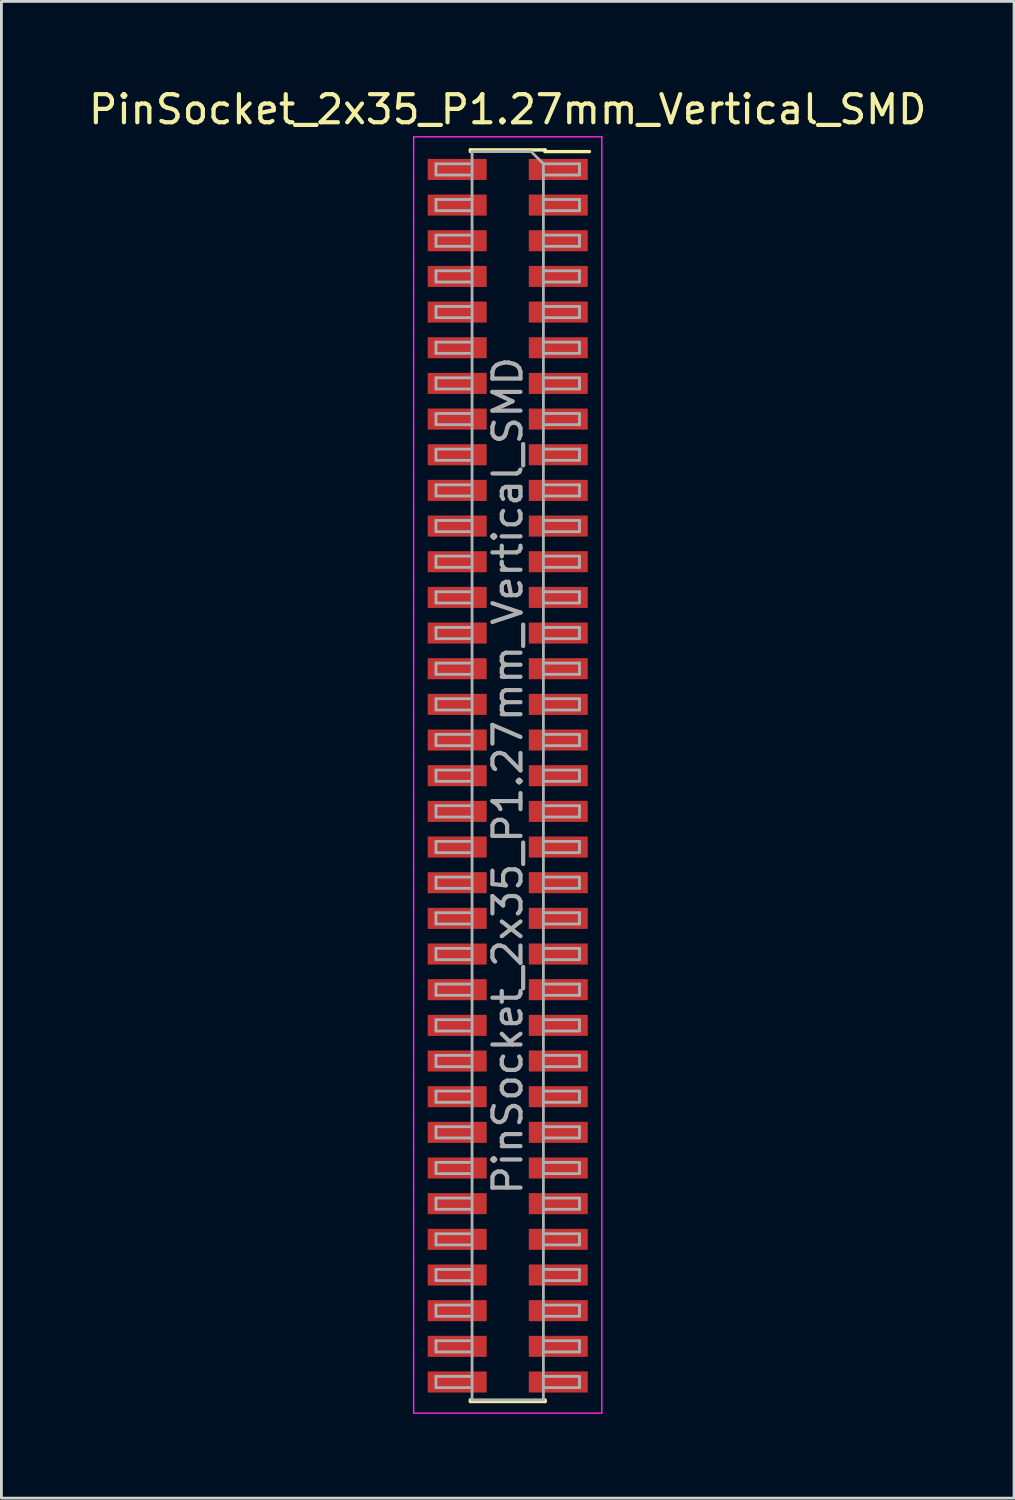
<source format=kicad_pcb>
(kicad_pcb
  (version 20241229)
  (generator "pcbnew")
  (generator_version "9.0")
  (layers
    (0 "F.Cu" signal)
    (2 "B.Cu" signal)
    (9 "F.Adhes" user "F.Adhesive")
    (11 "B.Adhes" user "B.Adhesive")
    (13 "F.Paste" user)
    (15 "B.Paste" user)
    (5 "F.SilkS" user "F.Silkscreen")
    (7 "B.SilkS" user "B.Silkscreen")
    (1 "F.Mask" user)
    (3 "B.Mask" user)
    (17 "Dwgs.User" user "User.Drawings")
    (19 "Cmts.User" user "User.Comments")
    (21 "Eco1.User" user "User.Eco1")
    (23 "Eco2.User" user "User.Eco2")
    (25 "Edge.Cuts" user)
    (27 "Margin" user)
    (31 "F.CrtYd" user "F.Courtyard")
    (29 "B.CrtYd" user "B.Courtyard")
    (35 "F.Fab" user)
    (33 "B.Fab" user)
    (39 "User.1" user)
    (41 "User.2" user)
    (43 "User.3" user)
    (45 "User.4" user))
  (footprint "PinSocket_2x35_P1.27mm_Vertical_SMD"
    (layer "F.Cu")
    (at 15.03 24.573)
    (property "Reference" "PinSocket_2x35_P1.27mm_Vertical_SMD" (at 0 -23.725 0) (layer "F.SilkS") (effects (font (size 1 1) (thickness 0.15))))
    (attr smd)
    (fp_line (start -1.33 -22.285) (end 1.33 -22.285) (stroke (width 0.12) (type solid)) (layer "F.SilkS"))
    (fp_line (start -1.33 -22.225) (end -1.33 -22.285) (stroke (width 0.12) (type solid)) (layer "F.SilkS"))
    (fp_line (start -1.33 22.285) (end -1.33 22.225) (stroke (width 0.12) (type solid)) (layer "F.SilkS"))
    (fp_line (start 1.33 -22.285) (end 1.33 -22.225) (stroke (width 0.12) (type solid)) (layer "F.SilkS"))
    (fp_line (start 1.33 -22.225) (end 2.91 -22.225) (stroke (width 0.12) (type solid)) (layer "F.SilkS"))
    (fp_line (start 1.33 22.225) (end 1.33 22.285) (stroke (width 0.12) (type solid)) (layer "F.SilkS"))
    (fp_line (start 1.33 22.285) (end -1.33 22.285) (stroke (width 0.12) (type solid)) (layer "F.SilkS"))
    (fp_line (start -3.35 -22.75) (end 3.35 -22.75) (stroke (width 0.05) (type solid)) (layer "F.CrtYd"))
    (fp_line (start -3.35 22.7) (end -3.35 -22.75) (stroke (width 0.05) (type solid)) (layer "F.CrtYd"))
    (fp_line (start 3.35 -22.75) (end 3.35 22.7) (stroke (width 0.05) (type solid)) (layer "F.CrtYd"))
    (fp_line (start 3.35 22.7) (end -3.35 22.7) (stroke (width 0.05) (type solid)) (layer "F.CrtYd"))
    (fp_line (start -2.555 -21.79) (end -1.27 -21.79) (stroke (width 0.1) (type solid)) (layer "F.Fab"))
    (fp_line (start -2.555 -21.39) (end -2.555 -21.79) (stroke (width 0.1) (type solid)) (layer "F.Fab"))
    (fp_line (start -2.555 -20.52) (end -1.27 -20.52) (stroke (width 0.1) (type solid)) (layer "F.Fab"))
    (fp_line (start -2.555 -20.12) (end -2.555 -20.52) (stroke (width 0.1) (type solid)) (layer "F.Fab"))
    (fp_line (start -2.555 -19.25) (end -1.27 -19.25) (stroke (width 0.1) (type solid)) (layer "F.Fab"))
    (fp_line (start -2.555 -18.85) (end -2.555 -19.25) (stroke (width 0.1) (type solid)) (layer "F.Fab"))
    (fp_line (start -2.555 -17.98) (end -1.27 -17.98) (stroke (width 0.1) (type solid)) (layer "F.Fab"))
    (fp_line (start -2.555 -17.58) (end -2.555 -17.98) (stroke (width 0.1) (type solid)) (layer "F.Fab"))
    (fp_line (start -2.555 -16.71) (end -1.27 -16.71) (stroke (width 0.1) (type solid)) (layer "F.Fab"))
    (fp_line (start -2.555 -16.31) (end -2.555 -16.71) (stroke (width 0.1) (type solid)) (layer "F.Fab"))
    (fp_line (start -2.555 -15.44) (end -1.27 -15.44) (stroke (width 0.1) (type solid)) (layer "F.Fab"))
    (fp_line (start -2.555 -15.04) (end -2.555 -15.44) (stroke (width 0.1) (type solid)) (layer "F.Fab"))
    (fp_line (start -2.555 -14.17) (end -1.27 -14.17) (stroke (width 0.1) (type solid)) (layer "F.Fab"))
    (fp_line (start -2.555 -13.77) (end -2.555 -14.17) (stroke (width 0.1) (type solid)) (layer "F.Fab"))
    (fp_line (start -2.555 -12.9) (end -1.27 -12.9) (stroke (width 0.1) (type solid)) (layer "F.Fab"))
    (fp_line (start -2.555 -12.5) (end -2.555 -12.9) (stroke (width 0.1) (type solid)) (layer "F.Fab"))
    (fp_line (start -2.555 -11.63) (end -1.27 -11.63) (stroke (width 0.1) (type solid)) (layer "F.Fab"))
    (fp_line (start -2.555 -11.23) (end -2.555 -11.63) (stroke (width 0.1) (type solid)) (layer "F.Fab"))
    (fp_line (start -2.555 -10.36) (end -1.27 -10.36) (stroke (width 0.1) (type solid)) (layer "F.Fab"))
    (fp_line (start -2.555 -9.96) (end -2.555 -10.36) (stroke (width 0.1) (type solid)) (layer "F.Fab"))
    (fp_line (start -2.555 -9.09) (end -1.27 -9.09) (stroke (width 0.1) (type solid)) (layer "F.Fab"))
    (fp_line (start -2.555 -8.69) (end -2.555 -9.09) (stroke (width 0.1) (type solid)) (layer "F.Fab"))
    (fp_line (start -2.555 -7.82) (end -1.27 -7.82) (stroke (width 0.1) (type solid)) (layer "F.Fab"))
    (fp_line (start -2.555 -7.42) (end -2.555 -7.82) (stroke (width 0.1) (type solid)) (layer "F.Fab"))
    (fp_line (start -2.555 -6.55) (end -1.27 -6.55) (stroke (width 0.1) (type solid)) (layer "F.Fab"))
    (fp_line (start -2.555 -6.15) (end -2.555 -6.55) (stroke (width 0.1) (type solid)) (layer "F.Fab"))
    (fp_line (start -2.555 -5.28) (end -1.27 -5.28) (stroke (width 0.1) (type solid)) (layer "F.Fab"))
    (fp_line (start -2.555 -4.88) (end -2.555 -5.28) (stroke (width 0.1) (type solid)) (layer "F.Fab"))
    (fp_line (start -2.555 -4.01) (end -1.27 -4.01) (stroke (width 0.1) (type solid)) (layer "F.Fab"))
    (fp_line (start -2.555 -3.61) (end -2.555 -4.01) (stroke (width 0.1) (type solid)) (layer "F.Fab"))
    (fp_line (start -2.555 -2.74) (end -1.27 -2.74) (stroke (width 0.1) (type solid)) (layer "F.Fab"))
    (fp_line (start -2.555 -2.34) (end -2.555 -2.74) (stroke (width 0.1) (type solid)) (layer "F.Fab"))
    (fp_line (start -2.555 -1.47) (end -1.27 -1.47) (stroke (width 0.1) (type solid)) (layer "F.Fab"))
    (fp_line (start -2.555 -1.07) (end -2.555 -1.47) (stroke (width 0.1) (type solid)) (layer "F.Fab"))
    (fp_line (start -2.555 -0.2) (end -1.27 -0.2) (stroke (width 0.1) (type solid)) (layer "F.Fab"))
    (fp_line (start -2.555 0.2) (end -2.555 -0.2) (stroke (width 0.1) (type solid)) (layer "F.Fab"))
    (fp_line (start -2.555 1.07) (end -1.27 1.07) (stroke (width 0.1) (type solid)) (layer "F.Fab"))
    (fp_line (start -2.555 1.47) (end -2.555 1.07) (stroke (width 0.1) (type solid)) (layer "F.Fab"))
    (fp_line (start -2.555 2.34) (end -1.27 2.34) (stroke (width 0.1) (type solid)) (layer "F.Fab"))
    (fp_line (start -2.555 2.74) (end -2.555 2.34) (stroke (width 0.1) (type solid)) (layer "F.Fab"))
    (fp_line (start -2.555 3.61) (end -1.27 3.61) (stroke (width 0.1) (type solid)) (layer "F.Fab"))
    (fp_line (start -2.555 4.01) (end -2.555 3.61) (stroke (width 0.1) (type solid)) (layer "F.Fab"))
    (fp_line (start -2.555 4.88) (end -1.27 4.88) (stroke (width 0.1) (type solid)) (layer "F.Fab"))
    (fp_line (start -2.555 5.28) (end -2.555 4.88) (stroke (width 0.1) (type solid)) (layer "F.Fab"))
    (fp_line (start -2.555 6.15) (end -1.27 6.15) (stroke (width 0.1) (type solid)) (layer "F.Fab"))
    (fp_line (start -2.555 6.55) (end -2.555 6.15) (stroke (width 0.1) (type solid)) (layer "F.Fab"))
    (fp_line (start -2.555 7.42) (end -1.27 7.42) (stroke (width 0.1) (type solid)) (layer "F.Fab"))
    (fp_line (start -2.555 7.82) (end -2.555 7.42) (stroke (width 0.1) (type solid)) (layer "F.Fab"))
    (fp_line (start -2.555 8.69) (end -1.27 8.69) (stroke (width 0.1) (type solid)) (layer "F.Fab"))
    (fp_line (start -2.555 9.09) (end -2.555 8.69) (stroke (width 0.1) (type solid)) (layer "F.Fab"))
    (fp_line (start -2.555 9.96) (end -1.27 9.96) (stroke (width 0.1) (type solid)) (layer "F.Fab"))
    (fp_line (start -2.555 10.36) (end -2.555 9.96) (stroke (width 0.1) (type solid)) (layer "F.Fab"))
    (fp_line (start -2.555 11.23) (end -1.27 11.23) (stroke (width 0.1) (type solid)) (layer "F.Fab"))
    (fp_line (start -2.555 11.63) (end -2.555 11.23) (stroke (width 0.1) (type solid)) (layer "F.Fab"))
    (fp_line (start -2.555 12.5) (end -1.27 12.5) (stroke (width 0.1) (type solid)) (layer "F.Fab"))
    (fp_line (start -2.555 12.9) (end -2.555 12.5) (stroke (width 0.1) (type solid)) (layer "F.Fab"))
    (fp_line (start -2.555 13.77) (end -1.27 13.77) (stroke (width 0.1) (type solid)) (layer "F.Fab"))
    (fp_line (start -2.555 14.17) (end -2.555 13.77) (stroke (width 0.1) (type solid)) (layer "F.Fab"))
    (fp_line (start -2.555 15.04) (end -1.27 15.04) (stroke (width 0.1) (type solid)) (layer "F.Fab"))
    (fp_line (start -2.555 15.44) (end -2.555 15.04) (stroke (width 0.1) (type solid)) (layer "F.Fab"))
    (fp_line (start -2.555 16.31) (end -1.27 16.31) (stroke (width 0.1) (type solid)) (layer "F.Fab"))
    (fp_line (start -2.555 16.71) (end -2.555 16.31) (stroke (width 0.1) (type solid)) (layer "F.Fab"))
    (fp_line (start -2.555 17.58) (end -1.27 17.58) (stroke (width 0.1) (type solid)) (layer "F.Fab"))
    (fp_line (start -2.555 17.98) (end -2.555 17.58) (stroke (width 0.1) (type solid)) (layer "F.Fab"))
    (fp_line (start -2.555 18.85) (end -1.27 18.85) (stroke (width 0.1) (type solid)) (layer "F.Fab"))
    (fp_line (start -2.555 19.25) (end -2.555 18.85) (stroke (width 0.1) (type solid)) (layer "F.Fab"))
    (fp_line (start -2.555 20.12) (end -1.27 20.12) (stroke (width 0.1) (type solid)) (layer "F.Fab"))
    (fp_line (start -2.555 20.52) (end -2.555 20.12) (stroke (width 0.1) (type solid)) (layer "F.Fab"))
    (fp_line (start -2.555 21.39) (end -1.27 21.39) (stroke (width 0.1) (type solid)) (layer "F.Fab"))
    (fp_line (start -2.555 21.79) (end -2.555 21.39) (stroke (width 0.1) (type solid)) (layer "F.Fab"))
    (fp_line (start -1.27 -22.225) (end 0.835 -22.225) (stroke (width 0.1) (type solid)) (layer "F.Fab"))
    (fp_line (start -1.27 -21.39) (end -2.555 -21.39) (stroke (width 0.1) (type solid)) (layer "F.Fab"))
    (fp_line (start -1.27 -20.12) (end -2.555 -20.12) (stroke (width 0.1) (type solid)) (layer "F.Fab"))
    (fp_line (start -1.27 -18.85) (end -2.555 -18.85) (stroke (width 0.1) (type solid)) (layer "F.Fab"))
    (fp_line (start -1.27 -17.58) (end -2.555 -17.58) (stroke (width 0.1) (type solid)) (layer "F.Fab"))
    (fp_line (start -1.27 -16.31) (end -2.555 -16.31) (stroke (width 0.1) (type solid)) (layer "F.Fab"))
    (fp_line (start -1.27 -15.04) (end -2.555 -15.04) (stroke (width 0.1) (type solid)) (layer "F.Fab"))
    (fp_line (start -1.27 -13.77) (end -2.555 -13.77) (stroke (width 0.1) (type solid)) (layer "F.Fab"))
    (fp_line (start -1.27 -12.5) (end -2.555 -12.5) (stroke (width 0.1) (type solid)) (layer "F.Fab"))
    (fp_line (start -1.27 -11.23) (end -2.555 -11.23) (stroke (width 0.1) (type solid)) (layer "F.Fab"))
    (fp_line (start -1.27 -9.96) (end -2.555 -9.96) (stroke (width 0.1) (type solid)) (layer "F.Fab"))
    (fp_line (start -1.27 -8.69) (end -2.555 -8.69) (stroke (width 0.1) (type solid)) (layer "F.Fab"))
    (fp_line (start -1.27 -7.42) (end -2.555 -7.42) (stroke (width 0.1) (type solid)) (layer "F.Fab"))
    (fp_line (start -1.27 -6.15) (end -2.555 -6.15) (stroke (width 0.1) (type solid)) (layer "F.Fab"))
    (fp_line (start -1.27 -4.88) (end -2.555 -4.88) (stroke (width 0.1) (type solid)) (layer "F.Fab"))
    (fp_line (start -1.27 -3.61) (end -2.555 -3.61) (stroke (width 0.1) (type solid)) (layer "F.Fab"))
    (fp_line (start -1.27 -2.34) (end -2.555 -2.34) (stroke (width 0.1) (type solid)) (layer "F.Fab"))
    (fp_line (start -1.27 -1.07) (end -2.555 -1.07) (stroke (width 0.1) (type solid)) (layer "F.Fab"))
    (fp_line (start -1.27 0.2) (end -2.555 0.2) (stroke (width 0.1) (type solid)) (layer "F.Fab"))
    (fp_line (start -1.27 1.47) (end -2.555 1.47) (stroke (width 0.1) (type solid)) (layer "F.Fab"))
    (fp_line (start -1.27 2.74) (end -2.555 2.74) (stroke (width 0.1) (type solid)) (layer "F.Fab"))
    (fp_line (start -1.27 4.01) (end -2.555 4.01) (stroke (width 0.1) (type solid)) (layer "F.Fab"))
    (fp_line (start -1.27 5.28) (end -2.555 5.28) (stroke (width 0.1) (type solid)) (layer "F.Fab"))
    (fp_line (start -1.27 6.55) (end -2.555 6.55) (stroke (width 0.1) (type solid)) (layer "F.Fab"))
    (fp_line (start -1.27 7.82) (end -2.555 7.82) (stroke (width 0.1) (type solid)) (layer "F.Fab"))
    (fp_line (start -1.27 9.09) (end -2.555 9.09) (stroke (width 0.1) (type solid)) (layer "F.Fab"))
    (fp_line (start -1.27 10.36) (end -2.555 10.36) (stroke (width 0.1) (type solid)) (layer "F.Fab"))
    (fp_line (start -1.27 11.63) (end -2.555 11.63) (stroke (width 0.1) (type solid)) (layer "F.Fab"))
    (fp_line (start -1.27 12.9) (end -2.555 12.9) (stroke (width 0.1) (type solid)) (layer "F.Fab"))
    (fp_line (start -1.27 14.17) (end -2.555 14.17) (stroke (width 0.1) (type solid)) (layer "F.Fab"))
    (fp_line (start -1.27 15.44) (end -2.555 15.44) (stroke (width 0.1) (type solid)) (layer "F.Fab"))
    (fp_line (start -1.27 16.71) (end -2.555 16.71) (stroke (width 0.1) (type solid)) (layer "F.Fab"))
    (fp_line (start -1.27 17.98) (end -2.555 17.98) (stroke (width 0.1) (type solid)) (layer "F.Fab"))
    (fp_line (start -1.27 19.25) (end -2.555 19.25) (stroke (width 0.1) (type solid)) (layer "F.Fab"))
    (fp_line (start -1.27 20.52) (end -2.555 20.52) (stroke (width 0.1) (type solid)) (layer "F.Fab"))
    (fp_line (start -1.27 21.79) (end -2.555 21.79) (stroke (width 0.1) (type solid)) (layer "F.Fab"))
    (fp_line (start -1.27 22.225) (end -1.27 -22.225) (stroke (width 0.1) (type solid)) (layer "F.Fab"))
    (fp_line (start 0.835 -22.225) (end 1.27 -21.79) (stroke (width 0.1) (type solid)) (layer "F.Fab"))
    (fp_line (start 1.27 -21.79) (end 1.27 22.225) (stroke (width 0.1) (type solid)) (layer "F.Fab"))
    (fp_line (start 1.27 -21.79) (end 2.555 -21.79) (stroke (width 0.1) (type solid)) (layer "F.Fab"))
    (fp_line (start 1.27 -20.52) (end 2.555 -20.52) (stroke (width 0.1) (type solid)) (layer "F.Fab"))
    (fp_line (start 1.27 -19.25) (end 2.555 -19.25) (stroke (width 0.1) (type solid)) (layer "F.Fab"))
    (fp_line (start 1.27 -17.98) (end 2.555 -17.98) (stroke (width 0.1) (type solid)) (layer "F.Fab"))
    (fp_line (start 1.27 -16.71) (end 2.555 -16.71) (stroke (width 0.1) (type solid)) (layer "F.Fab"))
    (fp_line (start 1.27 -15.44) (end 2.555 -15.44) (stroke (width 0.1) (type solid)) (layer "F.Fab"))
    (fp_line (start 1.27 -14.17) (end 2.555 -14.17) (stroke (width 0.1) (type solid)) (layer "F.Fab"))
    (fp_line (start 1.27 -12.9) (end 2.555 -12.9) (stroke (width 0.1) (type solid)) (layer "F.Fab"))
    (fp_line (start 1.27 -11.63) (end 2.555 -11.63) (stroke (width 0.1) (type solid)) (layer "F.Fab"))
    (fp_line (start 1.27 -10.36) (end 2.555 -10.36) (stroke (width 0.1) (type solid)) (layer "F.Fab"))
    (fp_line (start 1.27 -9.09) (end 2.555 -9.09) (stroke (width 0.1) (type solid)) (layer "F.Fab"))
    (fp_line (start 1.27 -7.82) (end 2.555 -7.82) (stroke (width 0.1) (type solid)) (layer "F.Fab"))
    (fp_line (start 1.27 -6.55) (end 2.555 -6.55) (stroke (width 0.1) (type solid)) (layer "F.Fab"))
    (fp_line (start 1.27 -5.28) (end 2.555 -5.28) (stroke (width 0.1) (type solid)) (layer "F.Fab"))
    (fp_line (start 1.27 -4.01) (end 2.555 -4.01) (stroke (width 0.1) (type solid)) (layer "F.Fab"))
    (fp_line (start 1.27 -2.74) (end 2.555 -2.74) (stroke (width 0.1) (type solid)) (layer "F.Fab"))
    (fp_line (start 1.27 -1.47) (end 2.555 -1.47) (stroke (width 0.1) (type solid)) (layer "F.Fab"))
    (fp_line (start 1.27 -0.2) (end 2.555 -0.2) (stroke (width 0.1) (type solid)) (layer "F.Fab"))
    (fp_line (start 1.27 1.07) (end 2.555 1.07) (stroke (width 0.1) (type solid)) (layer "F.Fab"))
    (fp_line (start 1.27 2.34) (end 2.555 2.34) (stroke (width 0.1) (type solid)) (layer "F.Fab"))
    (fp_line (start 1.27 3.61) (end 2.555 3.61) (stroke (width 0.1) (type solid)) (layer "F.Fab"))
    (fp_line (start 1.27 4.88) (end 2.555 4.88) (stroke (width 0.1) (type solid)) (layer "F.Fab"))
    (fp_line (start 1.27 6.15) (end 2.555 6.15) (stroke (width 0.1) (type solid)) (layer "F.Fab"))
    (fp_line (start 1.27 7.42) (end 2.555 7.42) (stroke (width 0.1) (type solid)) (layer "F.Fab"))
    (fp_line (start 1.27 8.69) (end 2.555 8.69) (stroke (width 0.1) (type solid)) (layer "F.Fab"))
    (fp_line (start 1.27 9.96) (end 2.555 9.96) (stroke (width 0.1) (type solid)) (layer "F.Fab"))
    (fp_line (start 1.27 11.23) (end 2.555 11.23) (stroke (width 0.1) (type solid)) (layer "F.Fab"))
    (fp_line (start 1.27 12.5) (end 2.555 12.5) (stroke (width 0.1) (type solid)) (layer "F.Fab"))
    (fp_line (start 1.27 13.77) (end 2.555 13.77) (stroke (width 0.1) (type solid)) (layer "F.Fab"))
    (fp_line (start 1.27 15.04) (end 2.555 15.04) (stroke (width 0.1) (type solid)) (layer "F.Fab"))
    (fp_line (start 1.27 16.31) (end 2.555 16.31) (stroke (width 0.1) (type solid)) (layer "F.Fab"))
    (fp_line (start 1.27 17.58) (end 2.555 17.58) (stroke (width 0.1) (type solid)) (layer "F.Fab"))
    (fp_line (start 1.27 18.85) (end 2.555 18.85) (stroke (width 0.1) (type solid)) (layer "F.Fab"))
    (fp_line (start 1.27 20.12) (end 2.555 20.12) (stroke (width 0.1) (type solid)) (layer "F.Fab"))
    (fp_line (start 1.27 21.39) (end 2.555 21.39) (stroke (width 0.1) (type solid)) (layer "F.Fab"))
    (fp_line (start 1.27 22.225) (end -1.27 22.225) (stroke (width 0.1) (type solid)) (layer "F.Fab"))
    (fp_line (start 2.555 -21.79) (end 2.555 -21.39) (stroke (width 0.1) (type solid)) (layer "F.Fab"))
    (fp_line (start 2.555 -21.39) (end 1.27 -21.39) (stroke (width 0.1) (type solid)) (layer "F.Fab"))
    (fp_line (start 2.555 -20.52) (end 2.555 -20.12) (stroke (width 0.1) (type solid)) (layer "F.Fab"))
    (fp_line (start 2.555 -20.12) (end 1.27 -20.12) (stroke (width 0.1) (type solid)) (layer "F.Fab"))
    (fp_line (start 2.555 -19.25) (end 2.555 -18.85) (stroke (width 0.1) (type solid)) (layer "F.Fab"))
    (fp_line (start 2.555 -18.85) (end 1.27 -18.85) (stroke (width 0.1) (type solid)) (layer "F.Fab"))
    (fp_line (start 2.555 -17.98) (end 2.555 -17.58) (stroke (width 0.1) (type solid)) (layer "F.Fab"))
    (fp_line (start 2.555 -17.58) (end 1.27 -17.58) (stroke (width 0.1) (type solid)) (layer "F.Fab"))
    (fp_line (start 2.555 -16.71) (end 2.555 -16.31) (stroke (width 0.1) (type solid)) (layer "F.Fab"))
    (fp_line (start 2.555 -16.31) (end 1.27 -16.31) (stroke (width 0.1) (type solid)) (layer "F.Fab"))
    (fp_line (start 2.555 -15.44) (end 2.555 -15.04) (stroke (width 0.1) (type solid)) (layer "F.Fab"))
    (fp_line (start 2.555 -15.04) (end 1.27 -15.04) (stroke (width 0.1) (type solid)) (layer "F.Fab"))
    (fp_line (start 2.555 -14.17) (end 2.555 -13.77) (stroke (width 0.1) (type solid)) (layer "F.Fab"))
    (fp_line (start 2.555 -13.77) (end 1.27 -13.77) (stroke (width 0.1) (type solid)) (layer "F.Fab"))
    (fp_line (start 2.555 -12.9) (end 2.555 -12.5) (stroke (width 0.1) (type solid)) (layer "F.Fab"))
    (fp_line (start 2.555 -12.5) (end 1.27 -12.5) (stroke (width 0.1) (type solid)) (layer "F.Fab"))
    (fp_line (start 2.555 -11.63) (end 2.555 -11.23) (stroke (width 0.1) (type solid)) (layer "F.Fab"))
    (fp_line (start 2.555 -11.23) (end 1.27 -11.23) (stroke (width 0.1) (type solid)) (layer "F.Fab"))
    (fp_line (start 2.555 -10.36) (end 2.555 -9.96) (stroke (width 0.1) (type solid)) (layer "F.Fab"))
    (fp_line (start 2.555 -9.96) (end 1.27 -9.96) (stroke (width 0.1) (type solid)) (layer "F.Fab"))
    (fp_line (start 2.555 -9.09) (end 2.555 -8.69) (stroke (width 0.1) (type solid)) (layer "F.Fab"))
    (fp_line (start 2.555 -8.69) (end 1.27 -8.69) (stroke (width 0.1) (type solid)) (layer "F.Fab"))
    (fp_line (start 2.555 -7.82) (end 2.555 -7.42) (stroke (width 0.1) (type solid)) (layer "F.Fab"))
    (fp_line (start 2.555 -7.42) (end 1.27 -7.42) (stroke (width 0.1) (type solid)) (layer "F.Fab"))
    (fp_line (start 2.555 -6.55) (end 2.555 -6.15) (stroke (width 0.1) (type solid)) (layer "F.Fab"))
    (fp_line (start 2.555 -6.15) (end 1.27 -6.15) (stroke (width 0.1) (type solid)) (layer "F.Fab"))
    (fp_line (start 2.555 -5.28) (end 2.555 -4.88) (stroke (width 0.1) (type solid)) (layer "F.Fab"))
    (fp_line (start 2.555 -4.88) (end 1.27 -4.88) (stroke (width 0.1) (type solid)) (layer "F.Fab"))
    (fp_line (start 2.555 -4.01) (end 2.555 -3.61) (stroke (width 0.1) (type solid)) (layer "F.Fab"))
    (fp_line (start 2.555 -3.61) (end 1.27 -3.61) (stroke (width 0.1) (type solid)) (layer "F.Fab"))
    (fp_line (start 2.555 -2.74) (end 2.555 -2.34) (stroke (width 0.1) (type solid)) (layer "F.Fab"))
    (fp_line (start 2.555 -2.34) (end 1.27 -2.34) (stroke (width 0.1) (type solid)) (layer "F.Fab"))
    (fp_line (start 2.555 -1.47) (end 2.555 -1.07) (stroke (width 0.1) (type solid)) (layer "F.Fab"))
    (fp_line (start 2.555 -1.07) (end 1.27 -1.07) (stroke (width 0.1) (type solid)) (layer "F.Fab"))
    (fp_line (start 2.555 -0.2) (end 2.555 0.2) (stroke (width 0.1) (type solid)) (layer "F.Fab"))
    (fp_line (start 2.555 0.2) (end 1.27 0.2) (stroke (width 0.1) (type solid)) (layer "F.Fab"))
    (fp_line (start 2.555 1.07) (end 2.555 1.47) (stroke (width 0.1) (type solid)) (layer "F.Fab"))
    (fp_line (start 2.555 1.47) (end 1.27 1.47) (stroke (width 0.1) (type solid)) (layer "F.Fab"))
    (fp_line (start 2.555 2.34) (end 2.555 2.74) (stroke (width 0.1) (type solid)) (layer "F.Fab"))
    (fp_line (start 2.555 2.74) (end 1.27 2.74) (stroke (width 0.1) (type solid)) (layer "F.Fab"))
    (fp_line (start 2.555 3.61) (end 2.555 4.01) (stroke (width 0.1) (type solid)) (layer "F.Fab"))
    (fp_line (start 2.555 4.01) (end 1.27 4.01) (stroke (width 0.1) (type solid)) (layer "F.Fab"))
    (fp_line (start 2.555 4.88) (end 2.555 5.28) (stroke (width 0.1) (type solid)) (layer "F.Fab"))
    (fp_line (start 2.555 5.28) (end 1.27 5.28) (stroke (width 0.1) (type solid)) (layer "F.Fab"))
    (fp_line (start 2.555 6.15) (end 2.555 6.55) (stroke (width 0.1) (type solid)) (layer "F.Fab"))
    (fp_line (start 2.555 6.55) (end 1.27 6.55) (stroke (width 0.1) (type solid)) (layer "F.Fab"))
    (fp_line (start 2.555 7.42) (end 2.555 7.82) (stroke (width 0.1) (type solid)) (layer "F.Fab"))
    (fp_line (start 2.555 7.82) (end 1.27 7.82) (stroke (width 0.1) (type solid)) (layer "F.Fab"))
    (fp_line (start 2.555 8.69) (end 2.555 9.09) (stroke (width 0.1) (type solid)) (layer "F.Fab"))
    (fp_line (start 2.555 9.09) (end 1.27 9.09) (stroke (width 0.1) (type solid)) (layer "F.Fab"))
    (fp_line (start 2.555 9.96) (end 2.555 10.36) (stroke (width 0.1) (type solid)) (layer "F.Fab"))
    (fp_line (start 2.555 10.36) (end 1.27 10.36) (stroke (width 0.1) (type solid)) (layer "F.Fab"))
    (fp_line (start 2.555 11.23) (end 2.555 11.63) (stroke (width 0.1) (type solid)) (layer "F.Fab"))
    (fp_line (start 2.555 11.63) (end 1.27 11.63) (stroke (width 0.1) (type solid)) (layer "F.Fab"))
    (fp_line (start 2.555 12.5) (end 2.555 12.9) (stroke (width 0.1) (type solid)) (layer "F.Fab"))
    (fp_line (start 2.555 12.9) (end 1.27 12.9) (stroke (width 0.1) (type solid)) (layer "F.Fab"))
    (fp_line (start 2.555 13.77) (end 2.555 14.17) (stroke (width 0.1) (type solid)) (layer "F.Fab"))
    (fp_line (start 2.555 14.17) (end 1.27 14.17) (stroke (width 0.1) (type solid)) (layer "F.Fab"))
    (fp_line (start 2.555 15.04) (end 2.555 15.44) (stroke (width 0.1) (type solid)) (layer "F.Fab"))
    (fp_line (start 2.555 15.44) (end 1.27 15.44) (stroke (width 0.1) (type solid)) (layer "F.Fab"))
    (fp_line (start 2.555 16.31) (end 2.555 16.71) (stroke (width 0.1) (type solid)) (layer "F.Fab"))
    (fp_line (start 2.555 16.71) (end 1.27 16.71) (stroke (width 0.1) (type solid)) (layer "F.Fab"))
    (fp_line (start 2.555 17.58) (end 2.555 17.98) (stroke (width 0.1) (type solid)) (layer "F.Fab"))
    (fp_line (start 2.555 17.98) (end 1.27 17.98) (stroke (width 0.1) (type solid)) (layer "F.Fab"))
    (fp_line (start 2.555 18.85) (end 2.555 19.25) (stroke (width 0.1) (type solid)) (layer "F.Fab"))
    (fp_line (start 2.555 19.25) (end 1.27 19.25) (stroke (width 0.1) (type solid)) (layer "F.Fab"))
    (fp_line (start 2.555 20.12) (end 2.555 20.52) (stroke (width 0.1) (type solid)) (layer "F.Fab"))
    (fp_line (start 2.555 20.52) (end 1.27 20.52) (stroke (width 0.1) (type solid)) (layer "F.Fab"))
    (fp_line (start 2.555 21.39) (end 2.555 21.79) (stroke (width 0.1) (type solid)) (layer "F.Fab"))
    (fp_line (start 2.555 21.79) (end 1.27 21.79) (stroke (width 0.1) (type solid)) (layer "F.Fab"))
    (fp_text user "${REFERENCE}" (at 0 0 90) (layer "F.Fab") (effects (font (size 1 1) (thickness 0.15))))
    (pad "1" smd rect (at 1.8 -21.59) (size 2.1 0.75) (layers "F.Cu" "F.Mask" "F.Paste"))
    (pad "2" smd rect (at -1.8 -21.59) (size 2.1 0.75) (layers "F.Cu" "F.Mask" "F.Paste"))
    (pad "3" smd rect (at 1.8 -20.32) (size 2.1 0.75) (layers "F.Cu" "F.Mask" "F.Paste"))
    (pad "4" smd rect (at -1.8 -20.32) (size 2.1 0.75) (layers "F.Cu" "F.Mask" "F.Paste"))
    (pad "5" smd rect (at 1.8 -19.05) (size 2.1 0.75) (layers "F.Cu" "F.Mask" "F.Paste"))
    (pad "6" smd rect (at -1.8 -19.05) (size 2.1 0.75) (layers "F.Cu" "F.Mask" "F.Paste"))
    (pad "7" smd rect (at 1.8 -17.78) (size 2.1 0.75) (layers "F.Cu" "F.Mask" "F.Paste"))
    (pad "8" smd rect (at -1.8 -17.78) (size 2.1 0.75) (layers "F.Cu" "F.Mask" "F.Paste"))
    (pad "9" smd rect (at 1.8 -16.51) (size 2.1 0.75) (layers "F.Cu" "F.Mask" "F.Paste"))
    (pad "10" smd rect (at -1.8 -16.51) (size 2.1 0.75) (layers "F.Cu" "F.Mask" "F.Paste"))
    (pad "11" smd rect (at 1.8 -15.24) (size 2.1 0.75) (layers "F.Cu" "F.Mask" "F.Paste"))
    (pad "12" smd rect (at -1.8 -15.24) (size 2.1 0.75) (layers "F.Cu" "F.Mask" "F.Paste"))
    (pad "13" smd rect (at 1.8 -13.97) (size 2.1 0.75) (layers "F.Cu" "F.Mask" "F.Paste"))
    (pad "14" smd rect (at -1.8 -13.97) (size 2.1 0.75) (layers "F.Cu" "F.Mask" "F.Paste"))
    (pad "15" smd rect (at 1.8 -12.7) (size 2.1 0.75) (layers "F.Cu" "F.Mask" "F.Paste"))
    (pad "16" smd rect (at -1.8 -12.7) (size 2.1 0.75) (layers "F.Cu" "F.Mask" "F.Paste"))
    (pad "17" smd rect (at 1.8 -11.43) (size 2.1 0.75) (layers "F.Cu" "F.Mask" "F.Paste"))
    (pad "18" smd rect (at -1.8 -11.43) (size 2.1 0.75) (layers "F.Cu" "F.Mask" "F.Paste"))
    (pad "19" smd rect (at 1.8 -10.16) (size 2.1 0.75) (layers "F.Cu" "F.Mask" "F.Paste"))
    (pad "20" smd rect (at -1.8 -10.16) (size 2.1 0.75) (layers "F.Cu" "F.Mask" "F.Paste"))
    (pad "21" smd rect (at 1.8 -8.89) (size 2.1 0.75) (layers "F.Cu" "F.Mask" "F.Paste"))
    (pad "22" smd rect (at -1.8 -8.89) (size 2.1 0.75) (layers "F.Cu" "F.Mask" "F.Paste"))
    (pad "23" smd rect (at 1.8 -7.62) (size 2.1 0.75) (layers "F.Cu" "F.Mask" "F.Paste"))
    (pad "24" smd rect (at -1.8 -7.62) (size 2.1 0.75) (layers "F.Cu" "F.Mask" "F.Paste"))
    (pad "25" smd rect (at 1.8 -6.35) (size 2.1 0.75) (layers "F.Cu" "F.Mask" "F.Paste"))
    (pad "26" smd rect (at -1.8 -6.35) (size 2.1 0.75) (layers "F.Cu" "F.Mask" "F.Paste"))
    (pad "27" smd rect (at 1.8 -5.08) (size 2.1 0.75) (layers "F.Cu" "F.Mask" "F.Paste"))
    (pad "28" smd rect (at -1.8 -5.08) (size 2.1 0.75) (layers "F.Cu" "F.Mask" "F.Paste"))
    (pad "29" smd rect (at 1.8 -3.81) (size 2.1 0.75) (layers "F.Cu" "F.Mask" "F.Paste"))
    (pad "30" smd rect (at -1.8 -3.81) (size 2.1 0.75) (layers "F.Cu" "F.Mask" "F.Paste"))
    (pad "31" smd rect (at 1.8 -2.54) (size 2.1 0.75) (layers "F.Cu" "F.Mask" "F.Paste"))
    (pad "32" smd rect (at -1.8 -2.54) (size 2.1 0.75) (layers "F.Cu" "F.Mask" "F.Paste"))
    (pad "33" smd rect (at 1.8 -1.27) (size 2.1 0.75) (layers "F.Cu" "F.Mask" "F.Paste"))
    (pad "34" smd rect (at -1.8 -1.27) (size 2.1 0.75) (layers "F.Cu" "F.Mask" "F.Paste"))
    (pad "35" smd rect (at 1.8 0) (size 2.1 0.75) (layers "F.Cu" "F.Mask" "F.Paste"))
    (pad "36" smd rect (at -1.8 0) (size 2.1 0.75) (layers "F.Cu" "F.Mask" "F.Paste"))
    (pad "37" smd rect (at 1.8 1.27) (size 2.1 0.75) (layers "F.Cu" "F.Mask" "F.Paste"))
    (pad "38" smd rect (at -1.8 1.27) (size 2.1 0.75) (layers "F.Cu" "F.Mask" "F.Paste"))
    (pad "39" smd rect (at 1.8 2.54) (size 2.1 0.75) (layers "F.Cu" "F.Mask" "F.Paste"))
    (pad "40" smd rect (at -1.8 2.54) (size 2.1 0.75) (layers "F.Cu" "F.Mask" "F.Paste"))
    (pad "41" smd rect (at 1.8 3.81) (size 2.1 0.75) (layers "F.Cu" "F.Mask" "F.Paste"))
    (pad "42" smd rect (at -1.8 3.81) (size 2.1 0.75) (layers "F.Cu" "F.Mask" "F.Paste"))
    (pad "43" smd rect (at 1.8 5.08) (size 2.1 0.75) (layers "F.Cu" "F.Mask" "F.Paste"))
    (pad "44" smd rect (at -1.8 5.08) (size 2.1 0.75) (layers "F.Cu" "F.Mask" "F.Paste"))
    (pad "45" smd rect (at 1.8 6.35) (size 2.1 0.75) (layers "F.Cu" "F.Mask" "F.Paste"))
    (pad "46" smd rect (at -1.8 6.35) (size 2.1 0.75) (layers "F.Cu" "F.Mask" "F.Paste"))
    (pad "47" smd rect (at 1.8 7.62) (size 2.1 0.75) (layers "F.Cu" "F.Mask" "F.Paste"))
    (pad "48" smd rect (at -1.8 7.62) (size 2.1 0.75) (layers "F.Cu" "F.Mask" "F.Paste"))
    (pad "49" smd rect (at 1.8 8.89) (size 2.1 0.75) (layers "F.Cu" "F.Mask" "F.Paste"))
    (pad "50" smd rect (at -1.8 8.89) (size 2.1 0.75) (layers "F.Cu" "F.Mask" "F.Paste"))
    (pad "51" smd rect (at 1.8 10.16) (size 2.1 0.75) (layers "F.Cu" "F.Mask" "F.Paste"))
    (pad "52" smd rect (at -1.8 10.16) (size 2.1 0.75) (layers "F.Cu" "F.Mask" "F.Paste"))
    (pad "53" smd rect (at 1.8 11.43) (size 2.1 0.75) (layers "F.Cu" "F.Mask" "F.Paste"))
    (pad "54" smd rect (at -1.8 11.43) (size 2.1 0.75) (layers "F.Cu" "F.Mask" "F.Paste"))
    (pad "55" smd rect (at 1.8 12.7) (size 2.1 0.75) (layers "F.Cu" "F.Mask" "F.Paste"))
    (pad "56" smd rect (at -1.8 12.7) (size 2.1 0.75) (layers "F.Cu" "F.Mask" "F.Paste"))
    (pad "57" smd rect (at 1.8 13.97) (size 2.1 0.75) (layers "F.Cu" "F.Mask" "F.Paste"))
    (pad "58" smd rect (at -1.8 13.97) (size 2.1 0.75) (layers "F.Cu" "F.Mask" "F.Paste"))
    (pad "59" smd rect (at 1.8 15.24) (size 2.1 0.75) (layers "F.Cu" "F.Mask" "F.Paste"))
    (pad "60" smd rect (at -1.8 15.24) (size 2.1 0.75) (layers "F.Cu" "F.Mask" "F.Paste"))
    (pad "61" smd rect (at 1.8 16.51) (size 2.1 0.75) (layers "F.Cu" "F.Mask" "F.Paste"))
    (pad "62" smd rect (at -1.8 16.51) (size 2.1 0.75) (layers "F.Cu" "F.Mask" "F.Paste"))
    (pad "63" smd rect (at 1.8 17.78) (size 2.1 0.75) (layers "F.Cu" "F.Mask" "F.Paste"))
    (pad "64" smd rect (at -1.8 17.78) (size 2.1 0.75) (layers "F.Cu" "F.Mask" "F.Paste"))
    (pad "65" smd rect (at 1.8 19.05) (size 2.1 0.75) (layers "F.Cu" "F.Mask" "F.Paste"))
    (pad "66" smd rect (at -1.8 19.05) (size 2.1 0.75) (layers "F.Cu" "F.Mask" "F.Paste"))
    (pad "67" smd rect (at 1.8 20.32) (size 2.1 0.75) (layers "F.Cu" "F.Mask" "F.Paste"))
    (pad "68" smd rect (at -1.8 20.32) (size 2.1 0.75) (layers "F.Cu" "F.Mask" "F.Paste"))
    (pad "69" smd rect (at 1.8 21.59) (size 2.1 0.75) (layers "F.Cu" "F.Mask" "F.Paste"))
    (pad "70" smd rect (at -1.8 21.59) (size 2.1 0.75) (layers "F.Cu" "F.Mask" "F.Paste")))
  (gr_rect
    (start -3 -3)
    (end 33.06 50.298)
    (stroke (width 0.1) (type default))
    (fill no)
    (layer "Edge.Cuts")))
</source>
